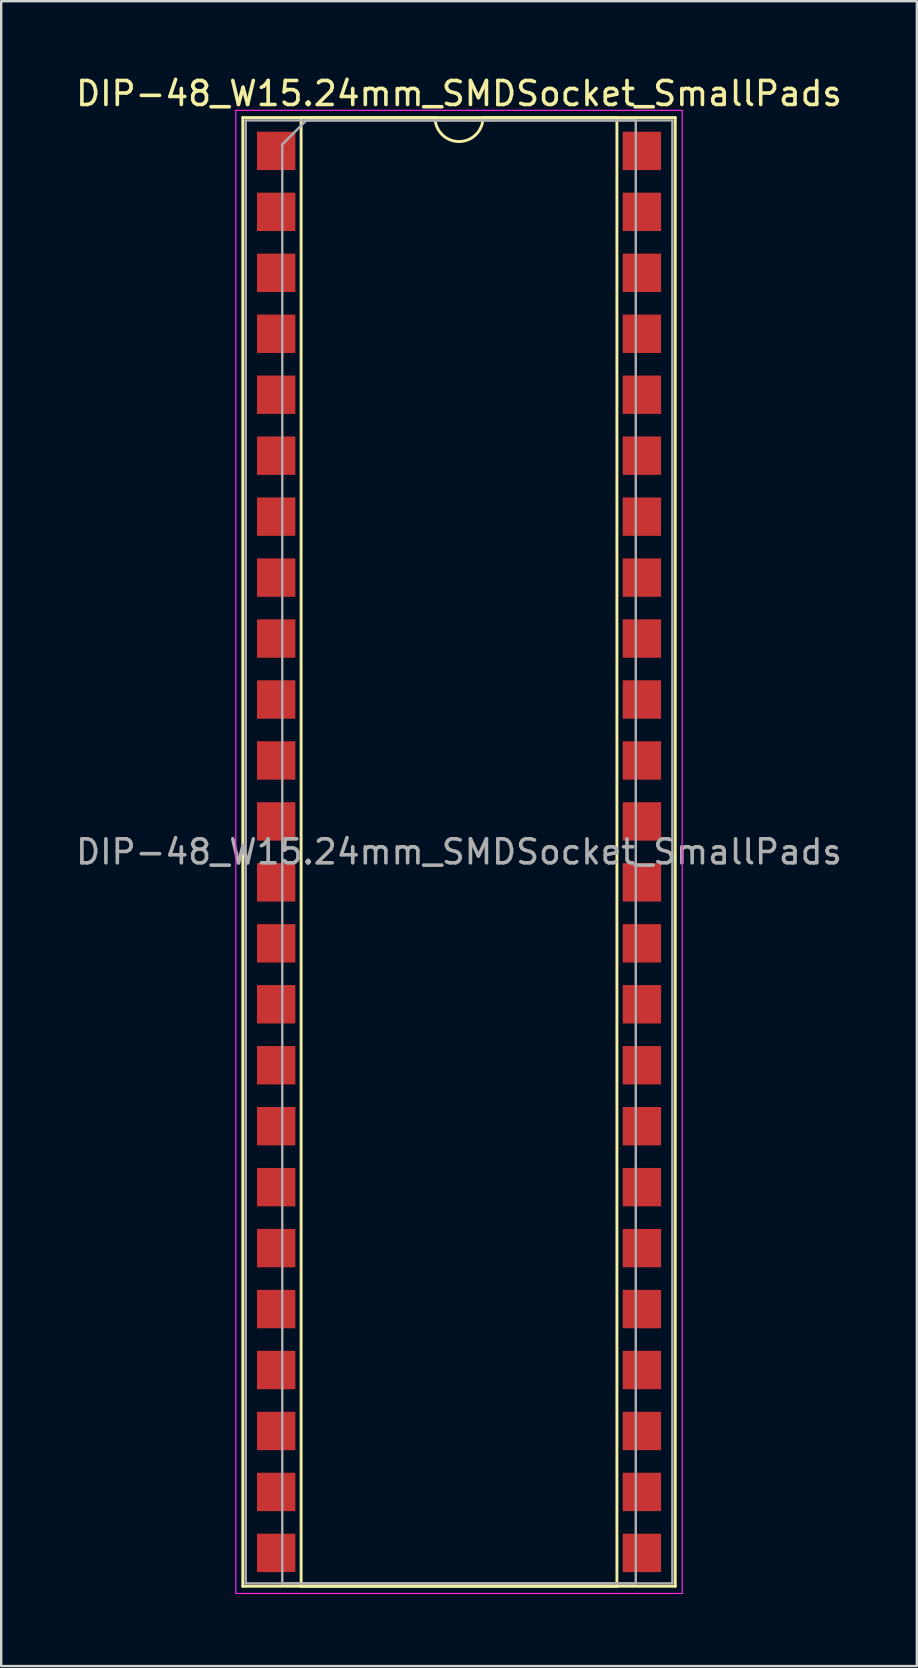
<source format=kicad_pcb>
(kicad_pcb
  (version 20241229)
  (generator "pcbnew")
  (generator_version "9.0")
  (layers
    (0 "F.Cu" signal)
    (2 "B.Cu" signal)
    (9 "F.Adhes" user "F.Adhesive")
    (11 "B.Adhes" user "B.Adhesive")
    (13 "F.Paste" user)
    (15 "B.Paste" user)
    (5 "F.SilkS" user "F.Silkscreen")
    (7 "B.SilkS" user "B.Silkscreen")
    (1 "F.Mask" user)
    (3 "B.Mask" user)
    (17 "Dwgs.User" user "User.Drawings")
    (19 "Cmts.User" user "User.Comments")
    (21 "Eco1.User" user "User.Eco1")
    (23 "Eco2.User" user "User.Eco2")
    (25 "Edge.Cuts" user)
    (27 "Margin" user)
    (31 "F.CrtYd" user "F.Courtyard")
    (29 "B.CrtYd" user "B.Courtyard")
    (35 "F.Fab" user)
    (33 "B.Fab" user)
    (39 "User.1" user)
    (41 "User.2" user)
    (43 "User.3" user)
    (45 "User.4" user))
  (footprint "DIP-48_W15.24mm_SMDSocket_SmallPads"
    (layer "F.Cu")
    (at 16.077 32.448)
    (property "Reference" "DIP-48_W15.24mm_SMDSocket_SmallPads" (at 0 -31.6 0) (layer "F.SilkS") (effects (font (size 1 1) (thickness 0.15))))
    (attr smd)
    (fp_line (start -9.01 -30.6) (end -9.01 30.6) (stroke (width 0.12) (type solid)) (layer "F.SilkS"))
    (fp_line (start -9.01 30.6) (end 9.01 30.6) (stroke (width 0.12) (type solid)) (layer "F.SilkS"))
    (fp_line (start -6.58 -30.6) (end -6.58 30.6) (stroke (width 0.12) (type solid)) (layer "F.SilkS"))
    (fp_line (start -6.58 30.6) (end 6.58 30.6) (stroke (width 0.12) (type solid)) (layer "F.SilkS"))
    (fp_line (start -1 -30.6) (end -6.58 -30.6) (stroke (width 0.12) (type solid)) (layer "F.SilkS"))
    (fp_line (start 6.58 -30.6) (end 1 -30.6) (stroke (width 0.12) (type solid)) (layer "F.SilkS"))
    (fp_line (start 6.58 30.6) (end 6.58 -30.6) (stroke (width 0.12) (type solid)) (layer "F.SilkS"))
    (fp_line (start 9.01 -30.6) (end -9.01 -30.6) (stroke (width 0.12) (type solid)) (layer "F.SilkS"))
    (fp_line (start 9.01 30.6) (end 9.01 -30.6) (stroke (width 0.12) (type solid)) (layer "F.SilkS"))
    (fp_arc (start 1 -30.6) (mid 0 -29.6) (end -1 -30.6) (stroke (width 0.12) (type solid)) (layer "F.SilkS"))
    (fp_line (start -9.3 -30.9) (end -9.3 30.9) (stroke (width 0.05) (type solid)) (layer "F.CrtYd"))
    (fp_line (start -9.3 30.9) (end 9.3 30.9) (stroke (width 0.05) (type solid)) (layer "F.CrtYd"))
    (fp_line (start 9.3 -30.9) (end -9.3 -30.9) (stroke (width 0.05) (type solid)) (layer "F.CrtYd"))
    (fp_line (start 9.3 30.9) (end 9.3 -30.9) (stroke (width 0.05) (type solid)) (layer "F.CrtYd"))
    (fp_line (start -8.89 -30.48) (end -8.89 30.48) (stroke (width 0.1) (type solid)) (layer "F.Fab"))
    (fp_line (start -8.89 30.48) (end 8.89 30.48) (stroke (width 0.1) (type solid)) (layer "F.Fab"))
    (fp_line (start -7.365 -29.48) (end -6.365 -30.48) (stroke (width 0.1) (type solid)) (layer "F.Fab"))
    (fp_line (start -7.365 30.48) (end -7.365 -29.48) (stroke (width 0.1) (type solid)) (layer "F.Fab"))
    (fp_line (start -6.365 -30.48) (end 7.365 -30.48) (stroke (width 0.1) (type solid)) (layer "F.Fab"))
    (fp_line (start 7.365 -30.48) (end 7.365 30.48) (stroke (width 0.1) (type solid)) (layer "F.Fab"))
    (fp_line (start 7.365 30.48) (end -7.365 30.48) (stroke (width 0.1) (type solid)) (layer "F.Fab"))
    (fp_line (start 8.89 -30.48) (end -8.89 -30.48) (stroke (width 0.1) (type solid)) (layer "F.Fab"))
    (fp_line (start 8.89 30.48) (end 8.89 -30.48) (stroke (width 0.1) (type solid)) (layer "F.Fab"))
    (fp_text user "${REFERENCE}" (at 0 0 0) (layer "F.Fab") (effects (font (size 1 1) (thickness 0.15))))
    (pad "1" smd rect (at -7.62 -29.21) (size 1.6 1.6) (layers "F.Cu" "F.Mask" "F.Paste"))
    (pad "2" smd rect (at -7.62 -26.67) (size 1.6 1.6) (layers "F.Cu" "F.Mask" "F.Paste"))
    (pad "3" smd rect (at -7.62 -24.13) (size 1.6 1.6) (layers "F.Cu" "F.Mask" "F.Paste"))
    (pad "4" smd rect (at -7.62 -21.59) (size 1.6 1.6) (layers "F.Cu" "F.Mask" "F.Paste"))
    (pad "5" smd rect (at -7.62 -19.05) (size 1.6 1.6) (layers "F.Cu" "F.Mask" "F.Paste"))
    (pad "6" smd rect (at -7.62 -16.51) (size 1.6 1.6) (layers "F.Cu" "F.Mask" "F.Paste"))
    (pad "7" smd rect (at -7.62 -13.97) (size 1.6 1.6) (layers "F.Cu" "F.Mask" "F.Paste"))
    (pad "8" smd rect (at -7.62 -11.43) (size 1.6 1.6) (layers "F.Cu" "F.Mask" "F.Paste"))
    (pad "9" smd rect (at -7.62 -8.89) (size 1.6 1.6) (layers "F.Cu" "F.Mask" "F.Paste"))
    (pad "10" smd rect (at -7.62 -6.35) (size 1.6 1.6) (layers "F.Cu" "F.Mask" "F.Paste"))
    (pad "11" smd rect (at -7.62 -3.81) (size 1.6 1.6) (layers "F.Cu" "F.Mask" "F.Paste"))
    (pad "12" smd rect (at -7.62 -1.27) (size 1.6 1.6) (layers "F.Cu" "F.Mask" "F.Paste"))
    (pad "13" smd rect (at -7.62 1.27) (size 1.6 1.6) (layers "F.Cu" "F.Mask" "F.Paste"))
    (pad "14" smd rect (at -7.62 3.81) (size 1.6 1.6) (layers "F.Cu" "F.Mask" "F.Paste"))
    (pad "15" smd rect (at -7.62 6.35) (size 1.6 1.6) (layers "F.Cu" "F.Mask" "F.Paste"))
    (pad "16" smd rect (at -7.62 8.89) (size 1.6 1.6) (layers "F.Cu" "F.Mask" "F.Paste"))
    (pad "17" smd rect (at -7.62 11.43) (size 1.6 1.6) (layers "F.Cu" "F.Mask" "F.Paste"))
    (pad "18" smd rect (at -7.62 13.97) (size 1.6 1.6) (layers "F.Cu" "F.Mask" "F.Paste"))
    (pad "19" smd rect (at -7.62 16.51) (size 1.6 1.6) (layers "F.Cu" "F.Mask" "F.Paste"))
    (pad "20" smd rect (at -7.62 19.05) (size 1.6 1.6) (layers "F.Cu" "F.Mask" "F.Paste"))
    (pad "21" smd rect (at -7.62 21.59) (size 1.6 1.6) (layers "F.Cu" "F.Mask" "F.Paste"))
    (pad "22" smd rect (at -7.62 24.13) (size 1.6 1.6) (layers "F.Cu" "F.Mask" "F.Paste"))
    (pad "23" smd rect (at -7.62 26.67) (size 1.6 1.6) (layers "F.Cu" "F.Mask" "F.Paste"))
    (pad "24" smd rect (at -7.62 29.21) (size 1.6 1.6) (layers "F.Cu" "F.Mask" "F.Paste"))
    (pad "25" smd rect (at 7.62 29.21) (size 1.6 1.6) (layers "F.Cu" "F.Mask" "F.Paste"))
    (pad "26" smd rect (at 7.62 26.67) (size 1.6 1.6) (layers "F.Cu" "F.Mask" "F.Paste"))
    (pad "27" smd rect (at 7.62 24.13) (size 1.6 1.6) (layers "F.Cu" "F.Mask" "F.Paste"))
    (pad "28" smd rect (at 7.62 21.59) (size 1.6 1.6) (layers "F.Cu" "F.Mask" "F.Paste"))
    (pad "29" smd rect (at 7.62 19.05) (size 1.6 1.6) (layers "F.Cu" "F.Mask" "F.Paste"))
    (pad "30" smd rect (at 7.62 16.51) (size 1.6 1.6) (layers "F.Cu" "F.Mask" "F.Paste"))
    (pad "31" smd rect (at 7.62 13.97) (size 1.6 1.6) (layers "F.Cu" "F.Mask" "F.Paste"))
    (pad "32" smd rect (at 7.62 11.43) (size 1.6 1.6) (layers "F.Cu" "F.Mask" "F.Paste"))
    (pad "33" smd rect (at 7.62 8.89) (size 1.6 1.6) (layers "F.Cu" "F.Mask" "F.Paste"))
    (pad "34" smd rect (at 7.62 6.35) (size 1.6 1.6) (layers "F.Cu" "F.Mask" "F.Paste"))
    (pad "35" smd rect (at 7.62 3.81) (size 1.6 1.6) (layers "F.Cu" "F.Mask" "F.Paste"))
    (pad "36" smd rect (at 7.62 1.27) (size 1.6 1.6) (layers "F.Cu" "F.Mask" "F.Paste"))
    (pad "37" smd rect (at 7.62 -1.27) (size 1.6 1.6) (layers "F.Cu" "F.Mask" "F.Paste"))
    (pad "38" smd rect (at 7.62 -3.81) (size 1.6 1.6) (layers "F.Cu" "F.Mask" "F.Paste"))
    (pad "39" smd rect (at 7.62 -6.35) (size 1.6 1.6) (layers "F.Cu" "F.Mask" "F.Paste"))
    (pad "40" smd rect (at 7.62 -8.89) (size 1.6 1.6) (layers "F.Cu" "F.Mask" "F.Paste"))
    (pad "41" smd rect (at 7.62 -11.43) (size 1.6 1.6) (layers "F.Cu" "F.Mask" "F.Paste"))
    (pad "42" smd rect (at 7.62 -13.97) (size 1.6 1.6) (layers "F.Cu" "F.Mask" "F.Paste"))
    (pad "43" smd rect (at 7.62 -16.51) (size 1.6 1.6) (layers "F.Cu" "F.Mask" "F.Paste"))
    (pad "44" smd rect (at 7.62 -19.05) (size 1.6 1.6) (layers "F.Cu" "F.Mask" "F.Paste"))
    (pad "45" smd rect (at 7.62 -21.59) (size 1.6 1.6) (layers "F.Cu" "F.Mask" "F.Paste"))
    (pad "46" smd rect (at 7.62 -24.13) (size 1.6 1.6) (layers "F.Cu" "F.Mask" "F.Paste"))
    (pad "47" smd rect (at 7.62 -26.67) (size 1.6 1.6) (layers "F.Cu" "F.Mask" "F.Paste"))
    (pad "48" smd rect (at 7.62 -29.21) (size 1.6 1.6) (layers "F.Cu" "F.Mask" "F.Paste")))
  (gr_rect
    (start -3 -3)
    (end 35.155 66.373)
    (stroke (width 0.1) (type default))
    (fill no)
    (layer "Edge.Cuts")))
</source>
